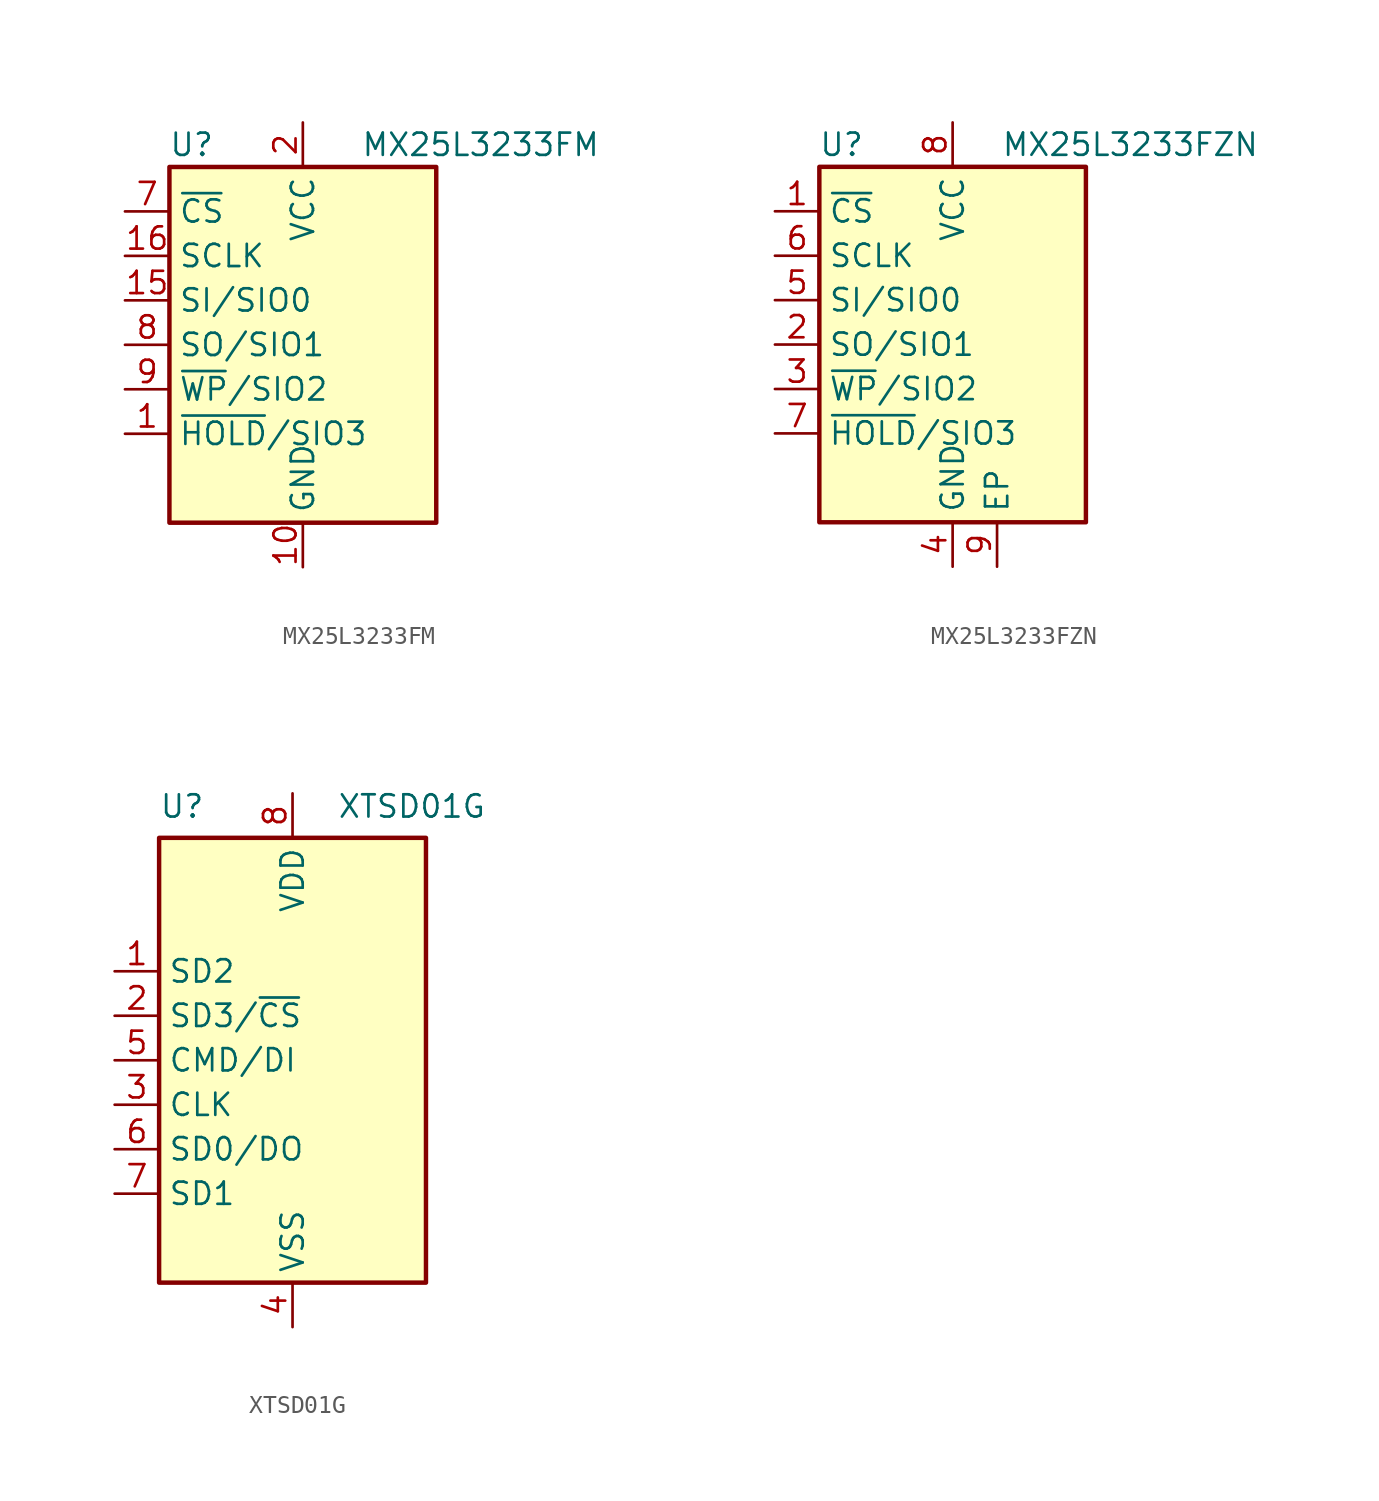
<source format=kicad_sym>
(kicad_symbol_lib
  (version 20241209)
  (generator "kicad_symbol_editor")
  (generator_version "9.0")
  (symbol "MX25L3233FM"
    (property "Reference" "U"
      (at -6.35 11.43 0)
      (effects (font (size 1.27 1.27))))
    (property "Value" "MX25L3233FM"
      (at 10.16 11.43 0)
      (effects (font (size 1.27 1.27))))
    (symbol "MX25L3233FM_0_1"
      (rectangle (start -7.62 10.16) (end 7.62 -10.16) (stroke (width 0.254) (type default)) (fill (type background))))
    (symbol "MX25L3233FM_1_1"
      (pin input line (at -10.16 7.62 0) (length 2.54) (name "~{CS}" (effects (font (size 1.27 1.27)))) (number "7" (effects (font (size 1.27 1.27)))))
      (pin input line (at -10.16 5.08 0) (length 2.54) (name "SCLK" (effects (font (size 1.27 1.27)))) (number "16" (effects (font (size 1.27 1.27)))))
      (pin bidirectional line (at -10.16 2.54 0) (length 2.54) (name "SI/SIO0" (effects (font (size 1.27 1.27)))) (number "15" (effects (font (size 1.27 1.27)))))
      (pin bidirectional line (at -10.16 0 0) (length 2.54) (name "SO/SIO1" (effects (font (size 1.27 1.27)))) (number "8" (effects (font (size 1.27 1.27)))))
      (pin bidirectional line (at -10.16 -2.54 0) (length 2.54) (name "~{WP}/SIO2" (effects (font (size 1.27 1.27)))) (number "9" (effects (font (size 1.27 1.27)))))
      (pin bidirectional line (at -10.16 -5.08 0) (length 2.54) (name "~{HOLD}/SIO3" (effects (font (size 1.27 1.27)))) (number "1" (effects (font (size 1.27 1.27)))))
      (pin power_in line (at 0 12.7 270) (length 2.54) (name "VCC" (effects (font (size 1.27 1.27)))) (number "2" (effects (font (size 1.27 1.27)))))
      (pin power_in line (at 0 -12.7 90) (length 2.54) (name "GND" (effects (font (size 1.27 1.27)))) (number "10" (effects (font (size 1.27 1.27)))))))
  (symbol "MX25L3233FZN"
    (property "Reference" "U"
      (at -6.35 11.43 0)
      (effects (font (size 1.27 1.27))))
    (property "Value" "MX25L3233FZN"
      (at 10.16 11.43 0)
      (effects (font (size 1.27 1.27))))
    (symbol "MX25L3233FZN_0_1"
      (rectangle (start -7.62 10.16) (end 7.62 -10.16) (stroke (width 0.254) (type default)) (fill (type background))))
    (symbol "MX25L3233FZN_1_1"
      (pin input line (at -10.16 7.62 0) (length 2.54) (name "~{CS}" (effects (font (size 1.27 1.27)))) (number "1" (effects (font (size 1.27 1.27)))))
      (pin input line (at -10.16 5.08 0) (length 2.54) (name "SCLK" (effects (font (size 1.27 1.27)))) (number "6" (effects (font (size 1.27 1.27)))))
      (pin bidirectional line (at -10.16 2.54 0) (length 2.54) (name "SI/SIO0" (effects (font (size 1.27 1.27)))) (number "5" (effects (font (size 1.27 1.27)))))
      (pin bidirectional line (at -10.16 0 0) (length 2.54) (name "SO/SIO1" (effects (font (size 1.27 1.27)))) (number "2" (effects (font (size 1.27 1.27)))))
      (pin bidirectional line (at -10.16 -2.54 0) (length 2.54) (name "~{WP}/SIO2" (effects (font (size 1.27 1.27)))) (number "3" (effects (font (size 1.27 1.27)))))
      (pin bidirectional line (at -10.16 -5.08 0) (length 2.54) (name "~{HOLD}/SIO3" (effects (font (size 1.27 1.27)))) (number "7" (effects (font (size 1.27 1.27)))))
      (pin power_in line (at 0 12.7 270) (length 2.54) (name "VCC" (effects (font (size 1.27 1.27)))) (number "8" (effects (font (size 1.27 1.27)))))
      (pin power_in line (at 0 -12.7 90) (length 2.54) (name "GND" (effects (font (size 1.27 1.27)))) (number "4" (effects (font (size 1.27 1.27)))))
      (pin passive line (at 2.54 -12.7 90) (length 2.54) (name "EP" (effects (font (size 1.27 1.27)))) (number "9" (effects (font (size 1.27 1.27)))))))
  (symbol "XTSD01G"
    (property "Reference" "U"
      (at -7.62 15.24 0)
      (effects (font (size 1.27 1.27)) (justify left top)))
    (property "Value" "XTSD01G"
      (at 2.54 15.24 0)
      (effects (font (size 1.27 1.27)) (justify left top)))
    (symbol "XTSD01G_0_1"
      (rectangle (start -7.62 12.7) (end 7.62 -12.7) (stroke (width 0.254) (type default)) (fill (type background))))
    (symbol "XTSD01G_1_1"
      (pin bidirectional line (at -10.16 5.08 0) (length 2.54) (name "SD2" (effects (font (size 1.27 1.27)))) (number "1" (effects (font (size 1.27 1.27)))))
      (pin bidirectional line (at -10.16 2.54 0) (length 2.54) (name "SD3/~{CS}" (effects (font (size 1.27 1.27)))) (number "2" (effects (font (size 1.27 1.27)))))
      (pin input line (at -10.16 0 0) (length 2.54) (name "CMD/DI" (effects (font (size 1.27 1.27)))) (number "5" (effects (font (size 1.27 1.27)))))
      (pin input line (at -10.16 -2.54 0) (length 2.54) (name "CLK" (effects (font (size 1.27 1.27)))) (number "3" (effects (font (size 1.27 1.27)))))
      (pin bidirectional line (at -10.16 -5.08 0) (length 2.54) (name "SD0/DO" (effects (font (size 1.27 1.27)))) (number "6" (effects (font (size 1.27 1.27)))))
      (pin bidirectional line (at -10.16 -7.62 0) (length 2.54) (name "SD1" (effects (font (size 1.27 1.27)))) (number "7" (effects (font (size 1.27 1.27)))))
      (pin power_in line (at 0 15.24 270) (length 2.54) (name "VDD" (effects (font (size 1.27 1.27)))) (number "8" (effects (font (size 1.27 1.27)))))
      (pin power_in line (at 0 -15.24 90) (length 2.54) (name "VSS" (effects (font (size 1.27 1.27)))) (number "4" (effects (font (size 1.27 1.27))))))))
</source>
